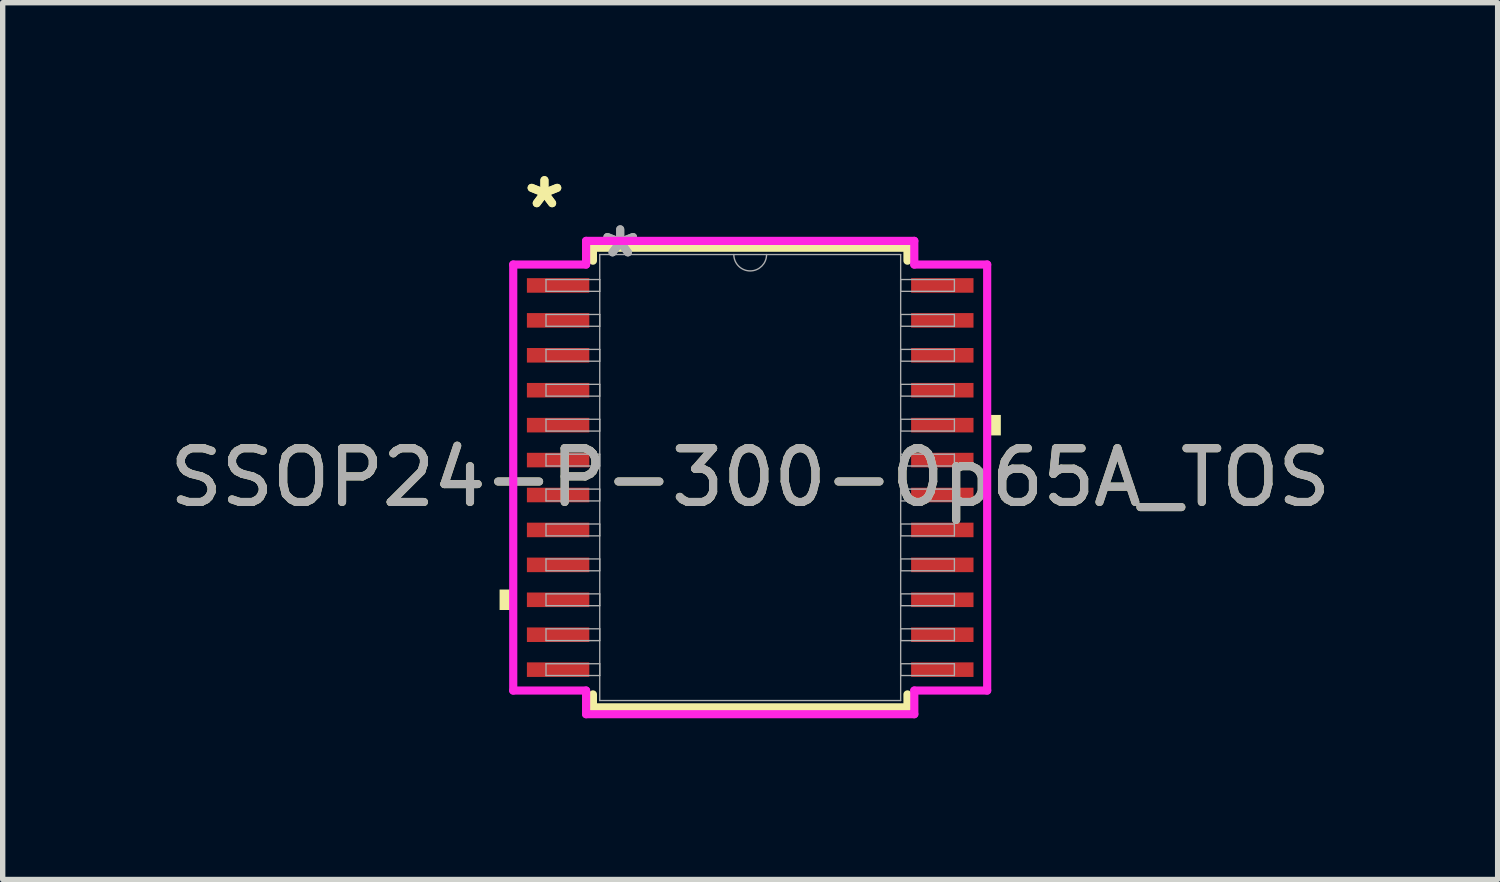
<source format=kicad_pcb>
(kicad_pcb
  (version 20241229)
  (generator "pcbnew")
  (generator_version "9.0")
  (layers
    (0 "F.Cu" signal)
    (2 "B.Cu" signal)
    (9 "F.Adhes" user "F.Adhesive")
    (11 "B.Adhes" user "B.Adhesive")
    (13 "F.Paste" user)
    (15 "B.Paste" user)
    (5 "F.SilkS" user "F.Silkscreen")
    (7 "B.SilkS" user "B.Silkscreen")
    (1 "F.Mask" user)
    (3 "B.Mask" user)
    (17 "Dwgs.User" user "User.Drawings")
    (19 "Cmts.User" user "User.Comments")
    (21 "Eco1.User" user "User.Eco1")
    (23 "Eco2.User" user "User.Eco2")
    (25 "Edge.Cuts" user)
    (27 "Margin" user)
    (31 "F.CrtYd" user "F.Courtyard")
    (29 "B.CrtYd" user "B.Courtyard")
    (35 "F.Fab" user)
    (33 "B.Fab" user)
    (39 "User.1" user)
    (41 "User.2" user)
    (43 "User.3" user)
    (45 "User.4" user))
  (footprint "SSOP24-P-300-0p65A_TOS"
    (layer "F.Cu")
    (at 10.911 5.837)
    (property "Reference" "SSOP24-P-300-0p65A_TOS" (at 0 0 0) (unlocked yes) (layer "F.SilkS") (effects (font (size 1 1) (thickness 0.15))))
    (attr smd)
    (fp_line (start -2.927 -4.277) (end -2.927 -4.036) (stroke (width 0.152) (type solid)) (layer "F.SilkS"))
    (fp_line (start -2.927 4.036) (end -2.927 4.277) (stroke (width 0.152) (type solid)) (layer "F.SilkS"))
    (fp_line (start -2.927 4.277) (end 2.927 4.277) (stroke (width 0.152) (type solid)) (layer "F.SilkS"))
    (fp_line (start 2.927 -4.277) (end -2.927 -4.277) (stroke (width 0.152) (type solid)) (layer "F.SilkS"))
    (fp_line (start 2.927 -4.036) (end 2.927 -4.277) (stroke (width 0.152) (type solid)) (layer "F.SilkS"))
    (fp_line (start 2.927 4.277) (end 2.927 4.036) (stroke (width 0.152) (type solid)) (layer "F.SilkS"))
    (fp_poly (pts (xy -4.664 2.084) (xy -4.664 2.465) (xy -4.41 2.465) (xy -4.41 2.084)) (stroke (width 0) (type solid)) (fill yes) (layer "F.SilkS"))
    (fp_poly (pts (xy 4.664 -1.165) (xy 4.664 -0.784) (xy 4.41 -0.784) (xy 4.41 -1.165)) (stroke (width 0) (type solid)) (fill yes) (layer "F.SilkS"))
    (fp_line (start -4.41 -3.964) (end -3.054 -3.964) (stroke (width 0.152) (type solid)) (layer "F.CrtYd"))
    (fp_line (start -4.41 3.964) (end -4.41 -3.964) (stroke (width 0.152) (type solid)) (layer "F.CrtYd"))
    (fp_line (start -4.41 3.964) (end -3.054 3.964) (stroke (width 0.152) (type solid)) (layer "F.CrtYd"))
    (fp_line (start -3.054 -4.404) (end 3.054 -4.404) (stroke (width 0.152) (type solid)) (layer "F.CrtYd"))
    (fp_line (start -3.054 -3.964) (end -3.054 -4.404) (stroke (width 0.152) (type solid)) (layer "F.CrtYd"))
    (fp_line (start -3.054 4.404) (end -3.054 3.964) (stroke (width 0.152) (type solid)) (layer "F.CrtYd"))
    (fp_line (start 3.054 -4.404) (end 3.054 -3.964) (stroke (width 0.152) (type solid)) (layer "F.CrtYd"))
    (fp_line (start 3.054 3.964) (end 3.054 4.404) (stroke (width 0.152) (type solid)) (layer "F.CrtYd"))
    (fp_line (start 3.054 4.404) (end -3.054 4.404) (stroke (width 0.152) (type solid)) (layer "F.CrtYd"))
    (fp_line (start 4.41 -3.964) (end 3.054 -3.964) (stroke (width 0.152) (type solid)) (layer "F.CrtYd"))
    (fp_line (start 4.41 -3.964) (end 4.41 3.964) (stroke (width 0.152) (type solid)) (layer "F.CrtYd"))
    (fp_line (start 4.41 3.964) (end 3.054 3.964) (stroke (width 0.152) (type solid)) (layer "F.CrtYd"))
    (fp_line (start -3.8 -3.685) (end -3.8 -3.465) (stroke (width 0.025) (type solid)) (layer "F.Fab"))
    (fp_line (start -3.8 -3.465) (end -2.8 -3.465) (stroke (width 0.025) (type solid)) (layer "F.Fab"))
    (fp_line (start -3.8 -3.035) (end -3.8 -2.815) (stroke (width 0.025) (type solid)) (layer "F.Fab"))
    (fp_line (start -3.8 -2.815) (end -2.8 -2.815) (stroke (width 0.025) (type solid)) (layer "F.Fab"))
    (fp_line (start -3.8 -2.385) (end -3.8 -2.165) (stroke (width 0.025) (type solid)) (layer "F.Fab"))
    (fp_line (start -3.8 -2.165) (end -2.8 -2.165) (stroke (width 0.025) (type solid)) (layer "F.Fab"))
    (fp_line (start -3.8 -1.735) (end -3.8 -1.515) (stroke (width 0.025) (type solid)) (layer "F.Fab"))
    (fp_line (start -3.8 -1.515) (end -2.8 -1.515) (stroke (width 0.025) (type solid)) (layer "F.Fab"))
    (fp_line (start -3.8 -1.085) (end -3.8 -0.865) (stroke (width 0.025) (type solid)) (layer "F.Fab"))
    (fp_line (start -3.8 -0.865) (end -2.8 -0.865) (stroke (width 0.025) (type solid)) (layer "F.Fab"))
    (fp_line (start -3.8 -0.435) (end -3.8 -0.215) (stroke (width 0.025) (type solid)) (layer "F.Fab"))
    (fp_line (start -3.8 -0.215) (end -2.8 -0.215) (stroke (width 0.025) (type solid)) (layer "F.Fab"))
    (fp_line (start -3.8 0.215) (end -3.8 0.435) (stroke (width 0.025) (type solid)) (layer "F.Fab"))
    (fp_line (start -3.8 0.435) (end -2.8 0.435) (stroke (width 0.025) (type solid)) (layer "F.Fab"))
    (fp_line (start -3.8 0.865) (end -3.8 1.085) (stroke (width 0.025) (type solid)) (layer "F.Fab"))
    (fp_line (start -3.8 1.085) (end -2.8 1.085) (stroke (width 0.025) (type solid)) (layer "F.Fab"))
    (fp_line (start -3.8 1.515) (end -3.8 1.735) (stroke (width 0.025) (type solid)) (layer "F.Fab"))
    (fp_line (start -3.8 1.735) (end -2.8 1.735) (stroke (width 0.025) (type solid)) (layer "F.Fab"))
    (fp_line (start -3.8 2.165) (end -3.8 2.385) (stroke (width 0.025) (type solid)) (layer "F.Fab"))
    (fp_line (start -3.8 2.385) (end -2.8 2.385) (stroke (width 0.025) (type solid)) (layer "F.Fab"))
    (fp_line (start -3.8 2.815) (end -3.8 3.035) (stroke (width 0.025) (type solid)) (layer "F.Fab"))
    (fp_line (start -3.8 3.035) (end -2.8 3.035) (stroke (width 0.025) (type solid)) (layer "F.Fab"))
    (fp_line (start -3.8 3.465) (end -3.8 3.685) (stroke (width 0.025) (type solid)) (layer "F.Fab"))
    (fp_line (start -3.8 3.685) (end -2.8 3.685) (stroke (width 0.025) (type solid)) (layer "F.Fab"))
    (fp_line (start -2.8 -4.15) (end -2.8 4.15) (stroke (width 0.025) (type solid)) (layer "F.Fab"))
    (fp_line (start -2.8 -3.685) (end -3.8 -3.685) (stroke (width 0.025) (type solid)) (layer "F.Fab"))
    (fp_line (start -2.8 -3.465) (end -2.8 -3.685) (stroke (width 0.025) (type solid)) (layer "F.Fab"))
    (fp_line (start -2.8 -3.035) (end -3.8 -3.035) (stroke (width 0.025) (type solid)) (layer "F.Fab"))
    (fp_line (start -2.8 -2.815) (end -2.8 -3.035) (stroke (width 0.025) (type solid)) (layer "F.Fab"))
    (fp_line (start -2.8 -2.385) (end -3.8 -2.385) (stroke (width 0.025) (type solid)) (layer "F.Fab"))
    (fp_line (start -2.8 -2.165) (end -2.8 -2.385) (stroke (width 0.025) (type solid)) (layer "F.Fab"))
    (fp_line (start -2.8 -1.735) (end -3.8 -1.735) (stroke (width 0.025) (type solid)) (layer "F.Fab"))
    (fp_line (start -2.8 -1.515) (end -2.8 -1.735) (stroke (width 0.025) (type solid)) (layer "F.Fab"))
    (fp_line (start -2.8 -1.085) (end -3.8 -1.085) (stroke (width 0.025) (type solid)) (layer "F.Fab"))
    (fp_line (start -2.8 -0.865) (end -2.8 -1.085) (stroke (width 0.025) (type solid)) (layer "F.Fab"))
    (fp_line (start -2.8 -0.435) (end -3.8 -0.435) (stroke (width 0.025) (type solid)) (layer "F.Fab"))
    (fp_line (start -2.8 -0.215) (end -2.8 -0.435) (stroke (width 0.025) (type solid)) (layer "F.Fab"))
    (fp_line (start -2.8 0.215) (end -3.8 0.215) (stroke (width 0.025) (type solid)) (layer "F.Fab"))
    (fp_line (start -2.8 0.435) (end -2.8 0.215) (stroke (width 0.025) (type solid)) (layer "F.Fab"))
    (fp_line (start -2.8 0.865) (end -3.8 0.865) (stroke (width 0.025) (type solid)) (layer "F.Fab"))
    (fp_line (start -2.8 1.085) (end -2.8 0.865) (stroke (width 0.025) (type solid)) (layer "F.Fab"))
    (fp_line (start -2.8 1.515) (end -3.8 1.515) (stroke (width 0.025) (type solid)) (layer "F.Fab"))
    (fp_line (start -2.8 1.735) (end -2.8 1.515) (stroke (width 0.025) (type solid)) (layer "F.Fab"))
    (fp_line (start -2.8 2.165) (end -3.8 2.165) (stroke (width 0.025) (type solid)) (layer "F.Fab"))
    (fp_line (start -2.8 2.385) (end -2.8 2.165) (stroke (width 0.025) (type solid)) (layer "F.Fab"))
    (fp_line (start -2.8 2.815) (end -3.8 2.815) (stroke (width 0.025) (type solid)) (layer "F.Fab"))
    (fp_line (start -2.8 3.035) (end -2.8 2.815) (stroke (width 0.025) (type solid)) (layer "F.Fab"))
    (fp_line (start -2.8 3.465) (end -3.8 3.465) (stroke (width 0.025) (type solid)) (layer "F.Fab"))
    (fp_line (start -2.8 3.685) (end -2.8 3.465) (stroke (width 0.025) (type solid)) (layer "F.Fab"))
    (fp_line (start -2.8 4.15) (end 2.8 4.15) (stroke (width 0.025) (type solid)) (layer "F.Fab"))
    (fp_line (start 2.8 -4.15) (end -2.8 -4.15) (stroke (width 0.025) (type solid)) (layer "F.Fab"))
    (fp_line (start 2.8 -3.685) (end 2.8 -3.465) (stroke (width 0.025) (type solid)) (layer "F.Fab"))
    (fp_line (start 2.8 -3.465) (end 3.8 -3.465) (stroke (width 0.025) (type solid)) (layer "F.Fab"))
    (fp_line (start 2.8 -3.035) (end 2.8 -2.815) (stroke (width 0.025) (type solid)) (layer "F.Fab"))
    (fp_line (start 2.8 -2.815) (end 3.8 -2.815) (stroke (width 0.025) (type solid)) (layer "F.Fab"))
    (fp_line (start 2.8 -2.385) (end 2.8 -2.165) (stroke (width 0.025) (type solid)) (layer "F.Fab"))
    (fp_line (start 2.8 -2.165) (end 3.8 -2.165) (stroke (width 0.025) (type solid)) (layer "F.Fab"))
    (fp_line (start 2.8 -1.735) (end 2.8 -1.515) (stroke (width 0.025) (type solid)) (layer "F.Fab"))
    (fp_line (start 2.8 -1.515) (end 3.8 -1.515) (stroke (width 0.025) (type solid)) (layer "F.Fab"))
    (fp_line (start 2.8 -1.085) (end 2.8 -0.865) (stroke (width 0.025) (type solid)) (layer "F.Fab"))
    (fp_line (start 2.8 -0.865) (end 3.8 -0.865) (stroke (width 0.025) (type solid)) (layer "F.Fab"))
    (fp_line (start 2.8 -0.435) (end 2.8 -0.215) (stroke (width 0.025) (type solid)) (layer "F.Fab"))
    (fp_line (start 2.8 -0.215) (end 3.8 -0.215) (stroke (width 0.025) (type solid)) (layer "F.Fab"))
    (fp_line (start 2.8 0.215) (end 2.8 0.435) (stroke (width 0.025) (type solid)) (layer "F.Fab"))
    (fp_line (start 2.8 0.435) (end 3.8 0.435) (stroke (width 0.025) (type solid)) (layer "F.Fab"))
    (fp_line (start 2.8 0.865) (end 2.8 1.085) (stroke (width 0.025) (type solid)) (layer "F.Fab"))
    (fp_line (start 2.8 1.085) (end 3.8 1.085) (stroke (width 0.025) (type solid)) (layer "F.Fab"))
    (fp_line (start 2.8 1.515) (end 2.8 1.735) (stroke (width 0.025) (type solid)) (layer "F.Fab"))
    (fp_line (start 2.8 1.735) (end 3.8 1.735) (stroke (width 0.025) (type solid)) (layer "F.Fab"))
    (fp_line (start 2.8 2.165) (end 2.8 2.385) (stroke (width 0.025) (type solid)) (layer "F.Fab"))
    (fp_line (start 2.8 2.385) (end 3.8 2.385) (stroke (width 0.025) (type solid)) (layer "F.Fab"))
    (fp_line (start 2.8 2.815) (end 2.8 3.035) (stroke (width 0.025) (type solid)) (layer "F.Fab"))
    (fp_line (start 2.8 3.035) (end 3.8 3.035) (stroke (width 0.025) (type solid)) (layer "F.Fab"))
    (fp_line (start 2.8 3.465) (end 2.8 3.685) (stroke (width 0.025) (type solid)) (layer "F.Fab"))
    (fp_line (start 2.8 3.685) (end 3.8 3.685) (stroke (width 0.025) (type solid)) (layer "F.Fab"))
    (fp_line (start 2.8 4.15) (end 2.8 -4.15) (stroke (width 0.025) (type solid)) (layer "F.Fab"))
    (fp_line (start 3.8 -3.685) (end 2.8 -3.685) (stroke (width 0.025) (type solid)) (layer "F.Fab"))
    (fp_line (start 3.8 -3.465) (end 3.8 -3.685) (stroke (width 0.025) (type solid)) (layer "F.Fab"))
    (fp_line (start 3.8 -3.035) (end 2.8 -3.035) (stroke (width 0.025) (type solid)) (layer "F.Fab"))
    (fp_line (start 3.8 -2.815) (end 3.8 -3.035) (stroke (width 0.025) (type solid)) (layer "F.Fab"))
    (fp_line (start 3.8 -2.385) (end 2.8 -2.385) (stroke (width 0.025) (type solid)) (layer "F.Fab"))
    (fp_line (start 3.8 -2.165) (end 3.8 -2.385) (stroke (width 0.025) (type solid)) (layer "F.Fab"))
    (fp_line (start 3.8 -1.735) (end 2.8 -1.735) (stroke (width 0.025) (type solid)) (layer "F.Fab"))
    (fp_line (start 3.8 -1.515) (end 3.8 -1.735) (stroke (width 0.025) (type solid)) (layer "F.Fab"))
    (fp_line (start 3.8 -1.085) (end 2.8 -1.085) (stroke (width 0.025) (type solid)) (layer "F.Fab"))
    (fp_line (start 3.8 -0.865) (end 3.8 -1.085) (stroke (width 0.025) (type solid)) (layer "F.Fab"))
    (fp_line (start 3.8 -0.435) (end 2.8 -0.435) (stroke (width 0.025) (type solid)) (layer "F.Fab"))
    (fp_line (start 3.8 -0.215) (end 3.8 -0.435) (stroke (width 0.025) (type solid)) (layer "F.Fab"))
    (fp_line (start 3.8 0.215) (end 2.8 0.215) (stroke (width 0.025) (type solid)) (layer "F.Fab"))
    (fp_line (start 3.8 0.435) (end 3.8 0.215) (stroke (width 0.025) (type solid)) (layer "F.Fab"))
    (fp_line (start 3.8 0.865) (end 2.8 0.865) (stroke (width 0.025) (type solid)) (layer "F.Fab"))
    (fp_line (start 3.8 1.085) (end 3.8 0.865) (stroke (width 0.025) (type solid)) (layer "F.Fab"))
    (fp_line (start 3.8 1.515) (end 2.8 1.515) (stroke (width 0.025) (type solid)) (layer "F.Fab"))
    (fp_line (start 3.8 1.735) (end 3.8 1.515) (stroke (width 0.025) (type solid)) (layer "F.Fab"))
    (fp_line (start 3.8 2.165) (end 2.8 2.165) (stroke (width 0.025) (type solid)) (layer "F.Fab"))
    (fp_line (start 3.8 2.385) (end 3.8 2.165) (stroke (width 0.025) (type solid)) (layer "F.Fab"))
    (fp_line (start 3.8 2.815) (end 2.8 2.815) (stroke (width 0.025) (type solid)) (layer "F.Fab"))
    (fp_line (start 3.8 3.035) (end 3.8 2.815) (stroke (width 0.025) (type solid)) (layer "F.Fab"))
    (fp_line (start 3.8 3.465) (end 2.8 3.465) (stroke (width 0.025) (type solid)) (layer "F.Fab"))
    (fp_line (start 3.8 3.685) (end 3.8 3.465) (stroke (width 0.025) (type solid)) (layer "F.Fab"))
    (fp_arc (start 0.3048 -4.149999) (mid 0 -3.845199) (end -0.3048 -4.149999) (stroke (width 0.0254) (type solid)) (layer "F.Fab"))
    (fp_text user "*" (at -3.829 -4.989 0) (unlocked yes) (layer "F.SilkS") (effects (font (size 1 1) (thickness 0.15))))
    (fp_text user "*" (at -3.829 -4.989 0) (layer "F.SilkS") (effects (font (size 1 1) (thickness 0.15))))
    (fp_text user "${REFERENCE}" (at 0 0 0) (unlocked yes) (layer "F.Fab") (effects (font (size 1 1) (thickness 0.15))))
    (fp_text user "*" (at -2.419 -4.074 0) (unlocked yes) (layer "F.Fab") (effects (font (size 1 1) (thickness 0.15))))
    (fp_text user "*" (at -2.419 -4.074 0) (layer "F.Fab") (effects (font (size 1 1) (thickness 0.15))))
    (pad "1" smd rect (at -3.575 -3.575) (size 1.161 0.271) (layers "F.Cu" "F.Mask" "F.Paste"))
    (pad "2" smd rect (at -3.575 -2.925) (size 1.161 0.271) (layers "F.Cu" "F.Mask" "F.Paste"))
    (pad "3" smd rect (at -3.575 -2.275) (size 1.161 0.271) (layers "F.Cu" "F.Mask" "F.Paste"))
    (pad "4" smd rect (at -3.575 -1.625) (size 1.161 0.271) (layers "F.Cu" "F.Mask" "F.Paste"))
    (pad "5" smd rect (at -3.575 -0.975) (size 1.161 0.271) (layers "F.Cu" "F.Mask" "F.Paste"))
    (pad "6" smd rect (at -3.575 -0.325) (size 1.161 0.271) (layers "F.Cu" "F.Mask" "F.Paste"))
    (pad "7" smd rect (at -3.575 0.325) (size 1.161 0.271) (layers "F.Cu" "F.Mask" "F.Paste"))
    (pad "8" smd rect (at -3.575 0.975) (size 1.161 0.271) (layers "F.Cu" "F.Mask" "F.Paste"))
    (pad "9" smd rect (at -3.575 1.625) (size 1.161 0.271) (layers "F.Cu" "F.Mask" "F.Paste"))
    (pad "10" smd rect (at -3.575 2.275) (size 1.161 0.271) (layers "F.Cu" "F.Mask" "F.Paste"))
    (pad "11" smd rect (at -3.575 2.925) (size 1.161 0.271) (layers "F.Cu" "F.Mask" "F.Paste"))
    (pad "12" smd rect (at -3.575 3.575) (size 1.161 0.271) (layers "F.Cu" "F.Mask" "F.Paste"))
    (pad "13" smd rect (at 3.575 3.575) (size 1.161 0.271) (layers "F.Cu" "F.Mask" "F.Paste"))
    (pad "14" smd rect (at 3.575 2.925) (size 1.161 0.271) (layers "F.Cu" "F.Mask" "F.Paste"))
    (pad "15" smd rect (at 3.575 2.275) (size 1.161 0.271) (layers "F.Cu" "F.Mask" "F.Paste"))
    (pad "16" smd rect (at 3.575 1.625) (size 1.161 0.271) (layers "F.Cu" "F.Mask" "F.Paste"))
    (pad "17" smd rect (at 3.575 0.975) (size 1.161 0.271) (layers "F.Cu" "F.Mask" "F.Paste"))
    (pad "18" smd rect (at 3.575 0.325) (size 1.161 0.271) (layers "F.Cu" "F.Mask" "F.Paste"))
    (pad "19" smd rect (at 3.575 -0.325) (size 1.161 0.271) (layers "F.Cu" "F.Mask" "F.Paste"))
    (pad "20" smd rect (at 3.575 -0.975) (size 1.161 0.271) (layers "F.Cu" "F.Mask" "F.Paste"))
    (pad "21" smd rect (at 3.575 -1.625) (size 1.161 0.271) (layers "F.Cu" "F.Mask" "F.Paste"))
    (pad "22" smd rect (at 3.575 -2.275) (size 1.161 0.271) (layers "F.Cu" "F.Mask" "F.Paste"))
    (pad "23" smd rect (at 3.575 -2.925) (size 1.161 0.271) (layers "F.Cu" "F.Mask" "F.Paste"))
    (pad "24" smd rect (at 3.575 -3.575) (size 1.161 0.271) (layers "F.Cu" "F.Mask" "F.Paste")))
  (gr_rect
    (start -3 -3)
    (end 24.821 13.317)
    (stroke (width 0.1) (type default))
    (fill no)
    (layer "Edge.Cuts")))
</source>
